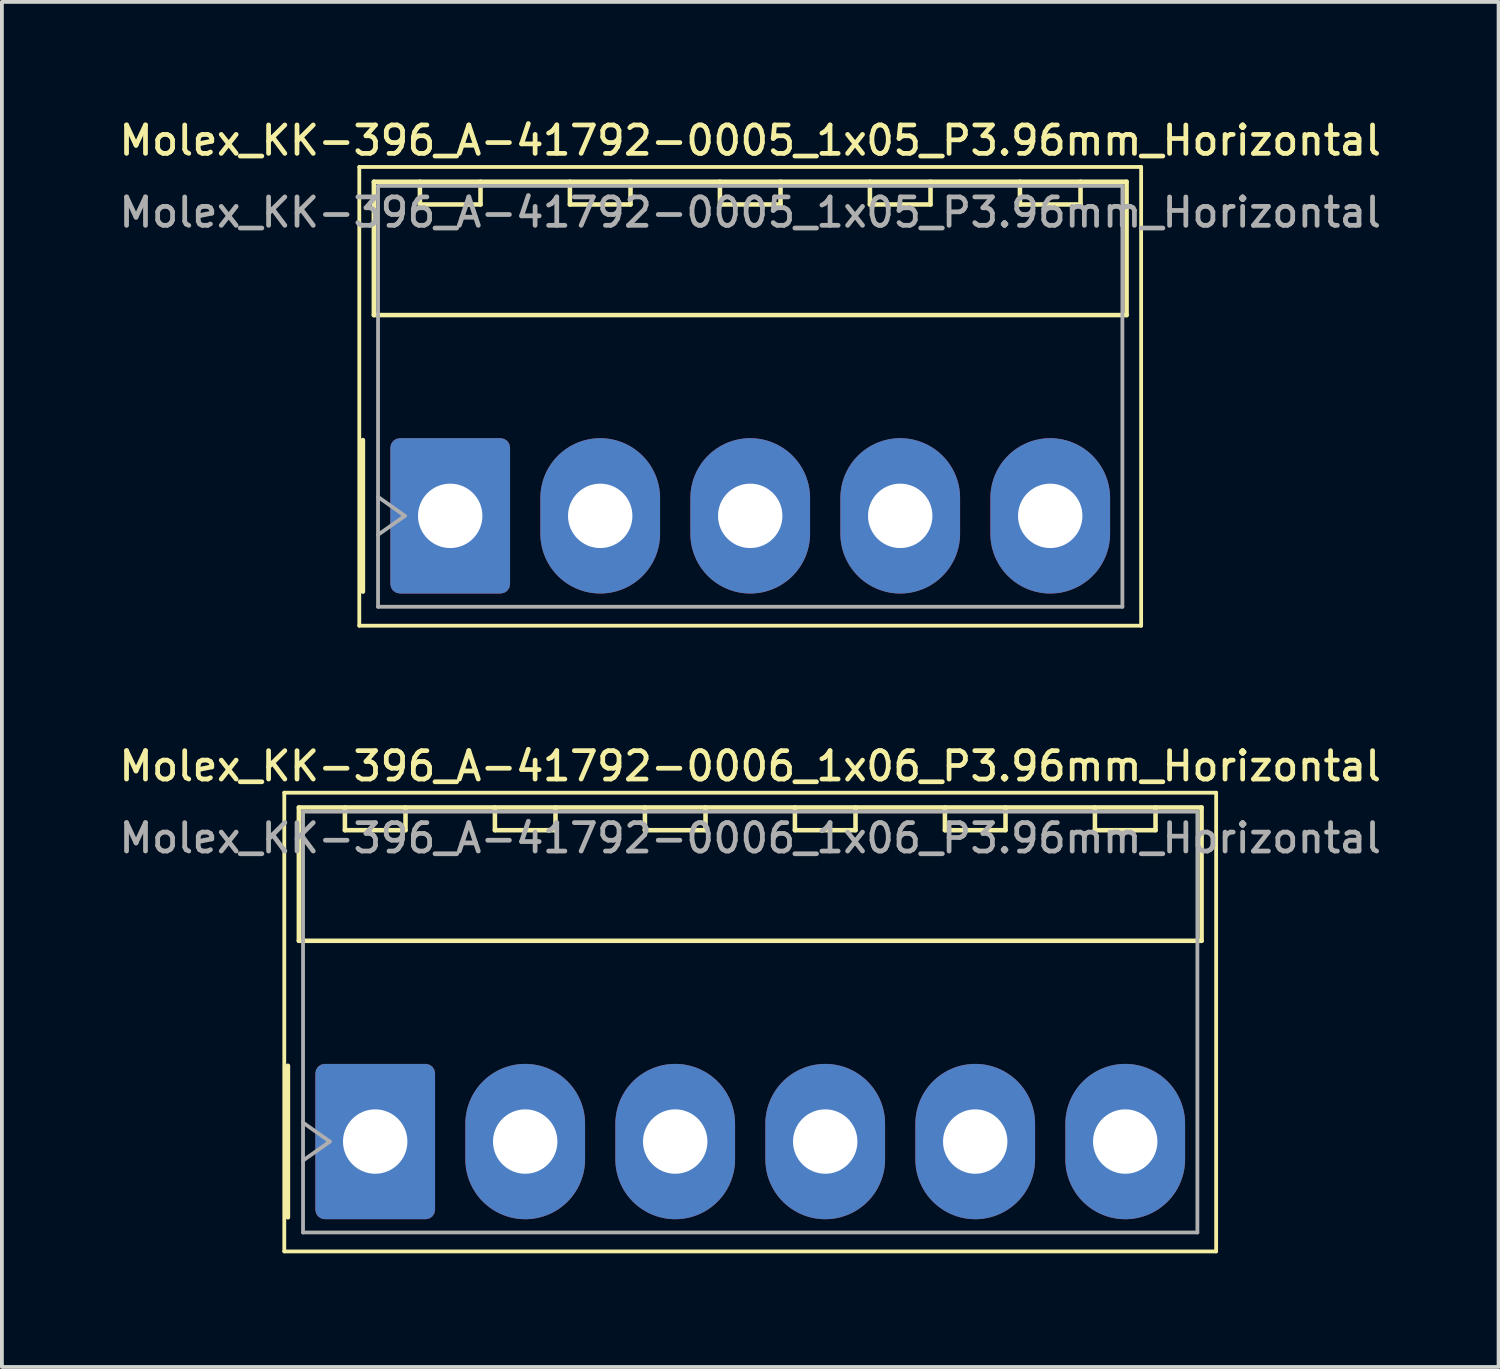
<source format=kicad_pcb>
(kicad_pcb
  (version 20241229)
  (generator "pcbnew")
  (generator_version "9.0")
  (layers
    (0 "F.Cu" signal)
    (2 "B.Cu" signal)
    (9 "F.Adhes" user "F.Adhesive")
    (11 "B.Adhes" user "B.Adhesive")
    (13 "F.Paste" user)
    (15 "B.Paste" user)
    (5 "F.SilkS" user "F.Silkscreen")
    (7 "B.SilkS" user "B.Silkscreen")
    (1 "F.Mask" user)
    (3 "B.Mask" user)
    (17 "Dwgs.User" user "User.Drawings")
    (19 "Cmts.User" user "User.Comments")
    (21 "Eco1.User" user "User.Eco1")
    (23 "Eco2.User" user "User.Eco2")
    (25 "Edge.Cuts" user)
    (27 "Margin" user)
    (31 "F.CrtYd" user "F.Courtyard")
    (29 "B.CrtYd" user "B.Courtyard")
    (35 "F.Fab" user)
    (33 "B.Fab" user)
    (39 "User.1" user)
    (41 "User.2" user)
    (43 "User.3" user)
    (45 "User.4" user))
  (footprint "Molex_KK-396_A-41792-0006_1x06_P3.96mm_Horizontal"
    (layer "F.Cu")
    (at 6.855 27.086)
    (property "Reference" "Molex_KK-396_A-41792-0006_1x06_P3.96mm_Horizontal" (at 9.9 -9.91 0) (layer "F.SilkS") (effects (font (size 0.75 0.75) (thickness 0.125))))
    (attr through_hole)
    (fp_line (start -2.4 -9.21) (end -2.4 2.9) (stroke (width 0.1) (type solid)) (layer "F.SilkS"))
    (fp_line (start -2.4 2.9) (end 22.2 2.9) (stroke (width 0.1) (type solid)) (layer "F.SilkS"))
    (fp_line (start -2.305 -2) (end -2.305 2) (stroke (width 0.12) (type solid)) (layer "F.SilkS"))
    (fp_line (start -2.015 -8.82) (end 21.815 -8.82) (stroke (width 0.12) (type solid)) (layer "F.SilkS"))
    (fp_line (start -2.015 -5.3) (end -2.015 -8.82) (stroke (width 0.12) (type solid)) (layer "F.SilkS"))
    (fp_line (start -0.8 -8.82) (end -0.8 -8.22) (stroke (width 0.12) (type solid)) (layer "F.SilkS"))
    (fp_line (start -0.8 -8.22) (end 0.8 -8.22) (stroke (width 0.12) (type solid)) (layer "F.SilkS"))
    (fp_line (start 0.8 -8.22) (end 0.8 -8.82) (stroke (width 0.12) (type solid)) (layer "F.SilkS"))
    (fp_line (start 3.16 -8.82) (end 3.16 -8.22) (stroke (width 0.12) (type solid)) (layer "F.SilkS"))
    (fp_line (start 3.16 -8.22) (end 4.76 -8.22) (stroke (width 0.12) (type solid)) (layer "F.SilkS"))
    (fp_line (start 4.76 -8.22) (end 4.76 -8.82) (stroke (width 0.12) (type solid)) (layer "F.SilkS"))
    (fp_line (start 7.12 -8.82) (end 7.12 -8.22) (stroke (width 0.12) (type solid)) (layer "F.SilkS"))
    (fp_line (start 7.12 -8.22) (end 8.72 -8.22) (stroke (width 0.12) (type solid)) (layer "F.SilkS"))
    (fp_line (start 8.72 -8.22) (end 8.72 -8.82) (stroke (width 0.12) (type solid)) (layer "F.SilkS"))
    (fp_line (start 11.08 -8.82) (end 11.08 -8.22) (stroke (width 0.12) (type solid)) (layer "F.SilkS"))
    (fp_line (start 11.08 -8.22) (end 12.68 -8.22) (stroke (width 0.12) (type solid)) (layer "F.SilkS"))
    (fp_line (start 12.68 -8.22) (end 12.68 -8.82) (stroke (width 0.12) (type solid)) (layer "F.SilkS"))
    (fp_line (start 15.04 -8.82) (end 15.04 -8.22) (stroke (width 0.12) (type solid)) (layer "F.SilkS"))
    (fp_line (start 15.04 -8.22) (end 16.64 -8.22) (stroke (width 0.12) (type solid)) (layer "F.SilkS"))
    (fp_line (start 16.64 -8.22) (end 16.64 -8.82) (stroke (width 0.12) (type solid)) (layer "F.SilkS"))
    (fp_line (start 19 -8.82) (end 19 -8.22) (stroke (width 0.12) (type solid)) (layer "F.SilkS"))
    (fp_line (start 19 -8.22) (end 20.6 -8.22) (stroke (width 0.12) (type solid)) (layer "F.SilkS"))
    (fp_line (start 20.6 -8.22) (end 20.6 -8.82) (stroke (width 0.12) (type solid)) (layer "F.SilkS"))
    (fp_line (start 21.815 -8.82) (end 21.815 -5.3) (stroke (width 0.12) (type solid)) (layer "F.SilkS"))
    (fp_line (start 21.815 -5.3) (end -2.015 -5.3) (stroke (width 0.12) (type solid)) (layer "F.SilkS"))
    (fp_line (start 22.2 -9.21) (end -2.4 -9.21) (stroke (width 0.1) (type solid)) (layer "F.SilkS"))
    (fp_line (start 22.2 2.9) (end 22.2 -9.21) (stroke (width 0.1) (type solid)) (layer "F.SilkS"))
    (fp_line (start -1.905 -8.71) (end 21.705 -8.71) (stroke (width 0.1) (type solid)) (layer "F.Fab"))
    (fp_line (start -1.905 -0.5) (end -1.198 0) (stroke (width 0.1) (type solid)) (layer "F.Fab"))
    (fp_line (start -1.905 2.4) (end -1.905 -8.71) (stroke (width 0.1) (type solid)) (layer "F.Fab"))
    (fp_line (start -1.198 0) (end -1.905 0.5) (stroke (width 0.1) (type solid)) (layer "F.Fab"))
    (fp_line (start 21.705 -8.71) (end 21.705 2.4) (stroke (width 0.1) (type solid)) (layer "F.Fab"))
    (fp_line (start 21.705 2.4) (end -1.905 2.4) (stroke (width 0.1) (type solid)) (layer "F.Fab"))
    (fp_text user "${REFERENCE}" (at 9.9 -8.01 0) (layer "F.Fab") (effects (font (size 0.75 0.75) (thickness 0.125))))
    (pad "1" thru_hole roundrect (at 0 0) (size 3.16 4.1) (drill 1.7) (layers "*.Cu" "*.Mask") (roundrect_rratio 0.079))
    (pad "2" thru_hole oval (at 3.96 0) (size 3.16 4.1) (drill 1.7) (layers "*.Cu" "*.Mask"))
    (pad "3" thru_hole oval (at 7.92 0) (size 3.16 4.1) (drill 1.7) (layers "*.Cu" "*.Mask"))
    (pad "4" thru_hole oval (at 11.88 0) (size 3.16 4.1) (drill 1.7) (layers "*.Cu" "*.Mask"))
    (pad "5" thru_hole oval (at 15.84 0) (size 3.16 4.1) (drill 1.7) (layers "*.Cu" "*.Mask"))
    (pad "6" thru_hole oval (at 19.8 0) (size 3.16 4.1) (drill 1.7) (layers "*.Cu" "*.Mask")))
  (footprint "Molex_KK-396_A-41792-0005_1x05_P3.96mm_Horizontal"
    (layer "F.Cu")
    (at 8.835 10.568)
    (property "Reference" "Molex_KK-396_A-41792-0005_1x05_P3.96mm_Horizontal" (at 7.92 -9.91 0) (layer "F.SilkS") (effects (font (size 0.75 0.75) (thickness 0.125))))
    (attr through_hole)
    (fp_line (start -2.4 -9.21) (end -2.4 2.9) (stroke (width 0.1) (type solid)) (layer "F.SilkS"))
    (fp_line (start -2.4 2.9) (end 18.24 2.9) (stroke (width 0.1) (type solid)) (layer "F.SilkS"))
    (fp_line (start -2.305 -2) (end -2.305 2) (stroke (width 0.12) (type solid)) (layer "F.SilkS"))
    (fp_line (start -2.015 -8.82) (end 17.855 -8.82) (stroke (width 0.12) (type solid)) (layer "F.SilkS"))
    (fp_line (start -2.015 -5.3) (end -2.015 -8.82) (stroke (width 0.12) (type solid)) (layer "F.SilkS"))
    (fp_line (start -0.8 -8.82) (end -0.8 -8.22) (stroke (width 0.12) (type solid)) (layer "F.SilkS"))
    (fp_line (start -0.8 -8.22) (end 0.8 -8.22) (stroke (width 0.12) (type solid)) (layer "F.SilkS"))
    (fp_line (start 0.8 -8.22) (end 0.8 -8.82) (stroke (width 0.12) (type solid)) (layer "F.SilkS"))
    (fp_line (start 3.16 -8.82) (end 3.16 -8.22) (stroke (width 0.12) (type solid)) (layer "F.SilkS"))
    (fp_line (start 3.16 -8.22) (end 4.76 -8.22) (stroke (width 0.12) (type solid)) (layer "F.SilkS"))
    (fp_line (start 4.76 -8.22) (end 4.76 -8.82) (stroke (width 0.12) (type solid)) (layer "F.SilkS"))
    (fp_line (start 7.12 -8.82) (end 7.12 -8.22) (stroke (width 0.12) (type solid)) (layer "F.SilkS"))
    (fp_line (start 7.12 -8.22) (end 8.72 -8.22) (stroke (width 0.12) (type solid)) (layer "F.SilkS"))
    (fp_line (start 8.72 -8.22) (end 8.72 -8.82) (stroke (width 0.12) (type solid)) (layer "F.SilkS"))
    (fp_line (start 11.08 -8.82) (end 11.08 -8.22) (stroke (width 0.12) (type solid)) (layer "F.SilkS"))
    (fp_line (start 11.08 -8.22) (end 12.68 -8.22) (stroke (width 0.12) (type solid)) (layer "F.SilkS"))
    (fp_line (start 12.68 -8.22) (end 12.68 -8.82) (stroke (width 0.12) (type solid)) (layer "F.SilkS"))
    (fp_line (start 15.04 -8.82) (end 15.04 -8.22) (stroke (width 0.12) (type solid)) (layer "F.SilkS"))
    (fp_line (start 15.04 -8.22) (end 16.64 -8.22) (stroke (width 0.12) (type solid)) (layer "F.SilkS"))
    (fp_line (start 16.64 -8.22) (end 16.64 -8.82) (stroke (width 0.12) (type solid)) (layer "F.SilkS"))
    (fp_line (start 17.855 -8.82) (end 17.855 -5.3) (stroke (width 0.12) (type solid)) (layer "F.SilkS"))
    (fp_line (start 17.855 -5.3) (end -2.015 -5.3) (stroke (width 0.12) (type solid)) (layer "F.SilkS"))
    (fp_line (start 18.24 -9.21) (end -2.4 -9.21) (stroke (width 0.1) (type solid)) (layer "F.SilkS"))
    (fp_line (start 18.24 2.9) (end 18.24 -9.21) (stroke (width 0.1) (type solid)) (layer "F.SilkS"))
    (fp_line (start -1.905 -8.71) (end 17.745 -8.71) (stroke (width 0.1) (type solid)) (layer "F.Fab"))
    (fp_line (start -1.905 -0.5) (end -1.198 0) (stroke (width 0.1) (type solid)) (layer "F.Fab"))
    (fp_line (start -1.905 2.4) (end -1.905 -8.71) (stroke (width 0.1) (type solid)) (layer "F.Fab"))
    (fp_line (start -1.198 0) (end -1.905 0.5) (stroke (width 0.1) (type solid)) (layer "F.Fab"))
    (fp_line (start 17.745 -8.71) (end 17.745 2.4) (stroke (width 0.1) (type solid)) (layer "F.Fab"))
    (fp_line (start 17.745 2.4) (end -1.905 2.4) (stroke (width 0.1) (type solid)) (layer "F.Fab"))
    (fp_text user "${REFERENCE}" (at 7.92 -8.01 0) (layer "F.Fab") (effects (font (size 0.75 0.75) (thickness 0.125))))
    (pad "1" thru_hole roundrect (at 0 0) (size 3.16 4.1) (drill 1.7) (layers "*.Cu" "*.Mask") (roundrect_rratio 0.079))
    (pad "2" thru_hole oval (at 3.96 0) (size 3.16 4.1) (drill 1.7) (layers "*.Cu" "*.Mask"))
    (pad "3" thru_hole oval (at 7.92 0) (size 3.16 4.1) (drill 1.7) (layers "*.Cu" "*.Mask"))
    (pad "4" thru_hole oval (at 11.88 0) (size 3.16 4.1) (drill 1.7) (layers "*.Cu" "*.Mask"))
    (pad "5" thru_hole oval (at 15.84 0) (size 3.16 4.1) (drill 1.7) (layers "*.Cu" "*.Mask")))
  (gr_rect
    (start -3 -3)
    (end 36.511 33.036)
    (stroke (width 0.1) (type default))
    (fill no)
    (layer "Edge.Cuts")))
</source>
